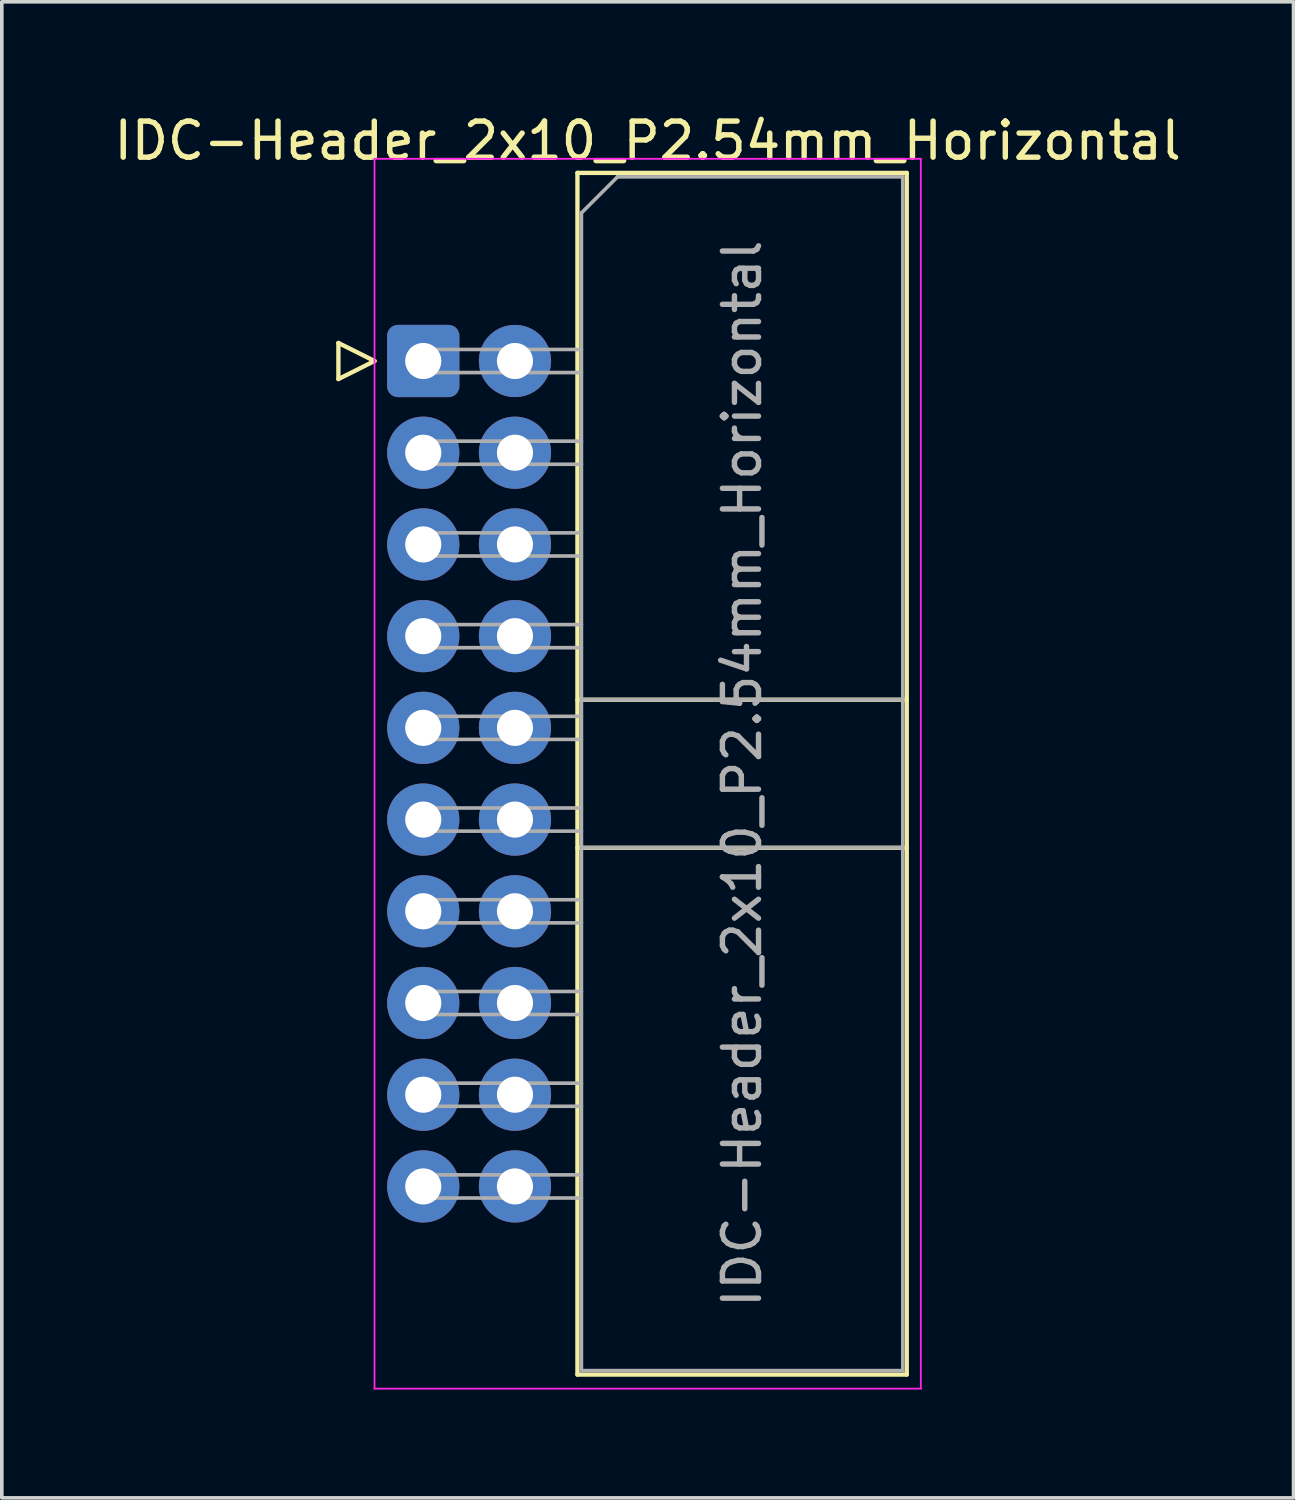
<source format=kicad_pcb>
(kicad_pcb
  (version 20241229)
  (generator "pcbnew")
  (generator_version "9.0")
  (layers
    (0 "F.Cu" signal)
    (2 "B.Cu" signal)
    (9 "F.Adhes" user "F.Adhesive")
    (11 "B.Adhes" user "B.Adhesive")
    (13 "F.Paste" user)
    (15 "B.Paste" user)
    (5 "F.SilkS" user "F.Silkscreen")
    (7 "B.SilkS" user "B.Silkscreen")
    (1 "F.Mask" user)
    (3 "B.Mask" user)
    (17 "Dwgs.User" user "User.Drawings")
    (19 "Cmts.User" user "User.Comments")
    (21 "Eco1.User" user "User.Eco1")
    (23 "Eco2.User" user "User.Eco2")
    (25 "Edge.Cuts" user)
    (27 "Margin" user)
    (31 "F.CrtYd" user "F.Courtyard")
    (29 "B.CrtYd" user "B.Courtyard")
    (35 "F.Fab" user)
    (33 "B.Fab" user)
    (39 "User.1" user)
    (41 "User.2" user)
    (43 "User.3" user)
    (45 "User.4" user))
  (footprint "IDC-Header_2x10_P2.54mm_Horizontal"
    (layer "F.Cu")
    (at 8.672 6.948)
    (property "Reference" "IDC-Header_2x10_P2.54mm_Horizontal" (at 6.215 -6.1 180) (layer "F.SilkS") (effects (font (size 1 1) (thickness 0.15))))
    (attr through_hole)
    (fp_line (start -2.35 -0.5) (end -2.35 0.5) (stroke (width 0.12) (type solid)) (layer "F.SilkS"))
    (fp_line (start -2.35 0.5) (end -1.35 0) (stroke (width 0.12) (type solid)) (layer "F.SilkS"))
    (fp_line (start -1.35 0) (end -2.35 -0.5) (stroke (width 0.12) (type solid)) (layer "F.SilkS"))
    (fp_line (start 4.27 -5.21) (end 13.39 -5.21) (stroke (width 0.12) (type solid)) (layer "F.SilkS"))
    (fp_line (start 4.27 9.38) (end 13.39 9.38) (stroke (width 0.12) (type solid)) (layer "F.SilkS"))
    (fp_line (start 4.27 13.48) (end 13.39 13.48) (stroke (width 0.12) (type solid)) (layer "F.SilkS"))
    (fp_line (start 4.27 28.07) (end 4.27 -5.21) (stroke (width 0.12) (type solid)) (layer "F.SilkS"))
    (fp_line (start 13.39 -5.21) (end 13.39 28.07) (stroke (width 0.12) (type solid)) (layer "F.SilkS"))
    (fp_line (start 13.39 28.07) (end 4.27 28.07) (stroke (width 0.12) (type solid)) (layer "F.SilkS"))
    (fp_line (start -1.35 -5.6) (end -1.35 28.46) (stroke (width 0.05) (type solid)) (layer "F.CrtYd"))
    (fp_line (start -1.35 28.46) (end 13.78 28.46) (stroke (width 0.05) (type solid)) (layer "F.CrtYd"))
    (fp_line (start 13.78 -5.6) (end -1.35 -5.6) (stroke (width 0.05) (type solid)) (layer "F.CrtYd"))
    (fp_line (start 13.78 28.46) (end 13.78 -5.6) (stroke (width 0.05) (type solid)) (layer "F.CrtYd"))
    (fp_line (start -0.32 -0.32) (end -0.32 0.32) (stroke (width 0.1) (type solid)) (layer "F.Fab"))
    (fp_line (start -0.32 0.32) (end 4.38 0.32) (stroke (width 0.1) (type solid)) (layer "F.Fab"))
    (fp_line (start -0.32 2.22) (end -0.32 2.86) (stroke (width 0.1) (type solid)) (layer "F.Fab"))
    (fp_line (start -0.32 2.86) (end 4.38 2.86) (stroke (width 0.1) (type solid)) (layer "F.Fab"))
    (fp_line (start -0.32 4.76) (end -0.32 5.4) (stroke (width 0.1) (type solid)) (layer "F.Fab"))
    (fp_line (start -0.32 5.4) (end 4.38 5.4) (stroke (width 0.1) (type solid)) (layer "F.Fab"))
    (fp_line (start -0.32 7.3) (end -0.32 7.94) (stroke (width 0.1) (type solid)) (layer "F.Fab"))
    (fp_line (start -0.32 7.94) (end 4.38 7.94) (stroke (width 0.1) (type solid)) (layer "F.Fab"))
    (fp_line (start -0.32 9.84) (end -0.32 10.48) (stroke (width 0.1) (type solid)) (layer "F.Fab"))
    (fp_line (start -0.32 10.48) (end 4.38 10.48) (stroke (width 0.1) (type solid)) (layer "F.Fab"))
    (fp_line (start -0.32 12.38) (end -0.32 13.02) (stroke (width 0.1) (type solid)) (layer "F.Fab"))
    (fp_line (start -0.32 13.02) (end 4.38 13.02) (stroke (width 0.1) (type solid)) (layer "F.Fab"))
    (fp_line (start -0.32 14.92) (end -0.32 15.56) (stroke (width 0.1) (type solid)) (layer "F.Fab"))
    (fp_line (start -0.32 15.56) (end 4.38 15.56) (stroke (width 0.1) (type solid)) (layer "F.Fab"))
    (fp_line (start -0.32 17.46) (end -0.32 18.1) (stroke (width 0.1) (type solid)) (layer "F.Fab"))
    (fp_line (start -0.32 18.1) (end 4.38 18.1) (stroke (width 0.1) (type solid)) (layer "F.Fab"))
    (fp_line (start -0.32 20) (end -0.32 20.64) (stroke (width 0.1) (type solid)) (layer "F.Fab"))
    (fp_line (start -0.32 20.64) (end 4.38 20.64) (stroke (width 0.1) (type solid)) (layer "F.Fab"))
    (fp_line (start -0.32 22.54) (end -0.32 23.18) (stroke (width 0.1) (type solid)) (layer "F.Fab"))
    (fp_line (start -0.32 23.18) (end 4.38 23.18) (stroke (width 0.1) (type solid)) (layer "F.Fab"))
    (fp_line (start 4.38 -4.1) (end 5.38 -5.1) (stroke (width 0.1) (type solid)) (layer "F.Fab"))
    (fp_line (start 4.38 -0.32) (end -0.32 -0.32) (stroke (width 0.1) (type solid)) (layer "F.Fab"))
    (fp_line (start 4.38 2.22) (end -0.32 2.22) (stroke (width 0.1) (type solid)) (layer "F.Fab"))
    (fp_line (start 4.38 4.76) (end -0.32 4.76) (stroke (width 0.1) (type solid)) (layer "F.Fab"))
    (fp_line (start 4.38 7.3) (end -0.32 7.3) (stroke (width 0.1) (type solid)) (layer "F.Fab"))
    (fp_line (start 4.38 9.38) (end 13.28 9.38) (stroke (width 0.1) (type solid)) (layer "F.Fab"))
    (fp_line (start 4.38 9.84) (end -0.32 9.84) (stroke (width 0.1) (type solid)) (layer "F.Fab"))
    (fp_line (start 4.38 12.38) (end -0.32 12.38) (stroke (width 0.1) (type solid)) (layer "F.Fab"))
    (fp_line (start 4.38 13.48) (end 13.28 13.48) (stroke (width 0.1) (type solid)) (layer "F.Fab"))
    (fp_line (start 4.38 14.92) (end -0.32 14.92) (stroke (width 0.1) (type solid)) (layer "F.Fab"))
    (fp_line (start 4.38 17.46) (end -0.32 17.46) (stroke (width 0.1) (type solid)) (layer "F.Fab"))
    (fp_line (start 4.38 20) (end -0.32 20) (stroke (width 0.1) (type solid)) (layer "F.Fab"))
    (fp_line (start 4.38 22.54) (end -0.32 22.54) (stroke (width 0.1) (type solid)) (layer "F.Fab"))
    (fp_line (start 4.38 27.96) (end 4.38 -4.1) (stroke (width 0.1) (type solid)) (layer "F.Fab"))
    (fp_line (start 5.38 -5.1) (end 13.28 -5.1) (stroke (width 0.1) (type solid)) (layer "F.Fab"))
    (fp_line (start 13.28 -5.1) (end 13.28 27.96) (stroke (width 0.1) (type solid)) (layer "F.Fab"))
    (fp_line (start 13.28 27.96) (end 4.38 27.96) (stroke (width 0.1) (type solid)) (layer "F.Fab"))
    (fp_text user "${REFERENCE}" (at 8.83 11.43 90) (layer "F.Fab") (effects (font (size 1 1) (thickness 0.15))))
    (pad "1" thru_hole roundrect (at 0 0) (size 2 2) (drill 1) (layers "*.Cu" "*.Mask") (roundrect_rratio 0.147))
    (pad "2" thru_hole circle (at 2.54 0) (size 2 2) (drill 1) (layers "*.Cu" "*.Mask"))
    (pad "3" thru_hole circle (at 0 2.54) (size 2 2) (drill 1) (layers "*.Cu" "*.Mask"))
    (pad "4" thru_hole circle (at 2.54 2.54) (size 2 2) (drill 1) (layers "*.Cu" "*.Mask"))
    (pad "5" thru_hole circle (at 0 5.08) (size 2 2) (drill 1) (layers "*.Cu" "*.Mask"))
    (pad "6" thru_hole circle (at 2.54 5.08 90) (size 2 2) (drill 1) (layers "*.Cu" "*.Mask"))
    (pad "7" thru_hole circle (at 0 7.62) (size 2 2) (drill 1) (layers "*.Cu" "*.Mask"))
    (pad "8" thru_hole circle (at 2.54 7.62) (size 2 2) (drill 1) (layers "*.Cu" "*.Mask"))
    (pad "9" thru_hole circle (at 0 10.16) (size 2 2) (drill 1) (layers "*.Cu" "*.Mask"))
    (pad "10" thru_hole circle (at 2.54 10.16) (size 2 2) (drill 1) (layers "*.Cu" "*.Mask"))
    (pad "11" thru_hole circle (at 0 12.7) (size 2 2) (drill 1) (layers "*.Cu" "*.Mask"))
    (pad "12" thru_hole circle (at 2.54 12.7) (size 2 2) (drill 1) (layers "*.Cu" "*.Mask"))
    (pad "13" thru_hole circle (at 0 15.24) (size 2 2) (drill 1) (layers "*.Cu" "*.Mask"))
    (pad "14" thru_hole circle (at 2.54 15.24) (size 2 2) (drill 1) (layers "*.Cu" "*.Mask"))
    (pad "15" thru_hole circle (at 0 17.78) (size 2 2) (drill 1) (layers "*.Cu" "*.Mask"))
    (pad "16" thru_hole circle (at 2.54 17.78) (size 2 2) (drill 1) (layers "*.Cu" "*.Mask"))
    (pad "17" thru_hole circle (at 0 20.32) (size 2 2) (drill 1) (layers "*.Cu" "*.Mask"))
    (pad "18" thru_hole circle (at 2.54 20.32) (size 2 2) (drill 1) (layers "*.Cu" "*.Mask"))
    (pad "19" thru_hole circle (at 0 22.86) (size 2 2) (drill 1) (layers "*.Cu" "*.Mask"))
    (pad "20" thru_hole circle (at 2.54 22.86) (size 2 2) (drill 1) (layers "*.Cu" "*.Mask")))
  (gr_rect
    (start -3 -3)
    (end 32.774 38.433)
    (stroke (width 0.1) (type default))
    (fill no)
    (layer "Edge.Cuts")))
</source>
